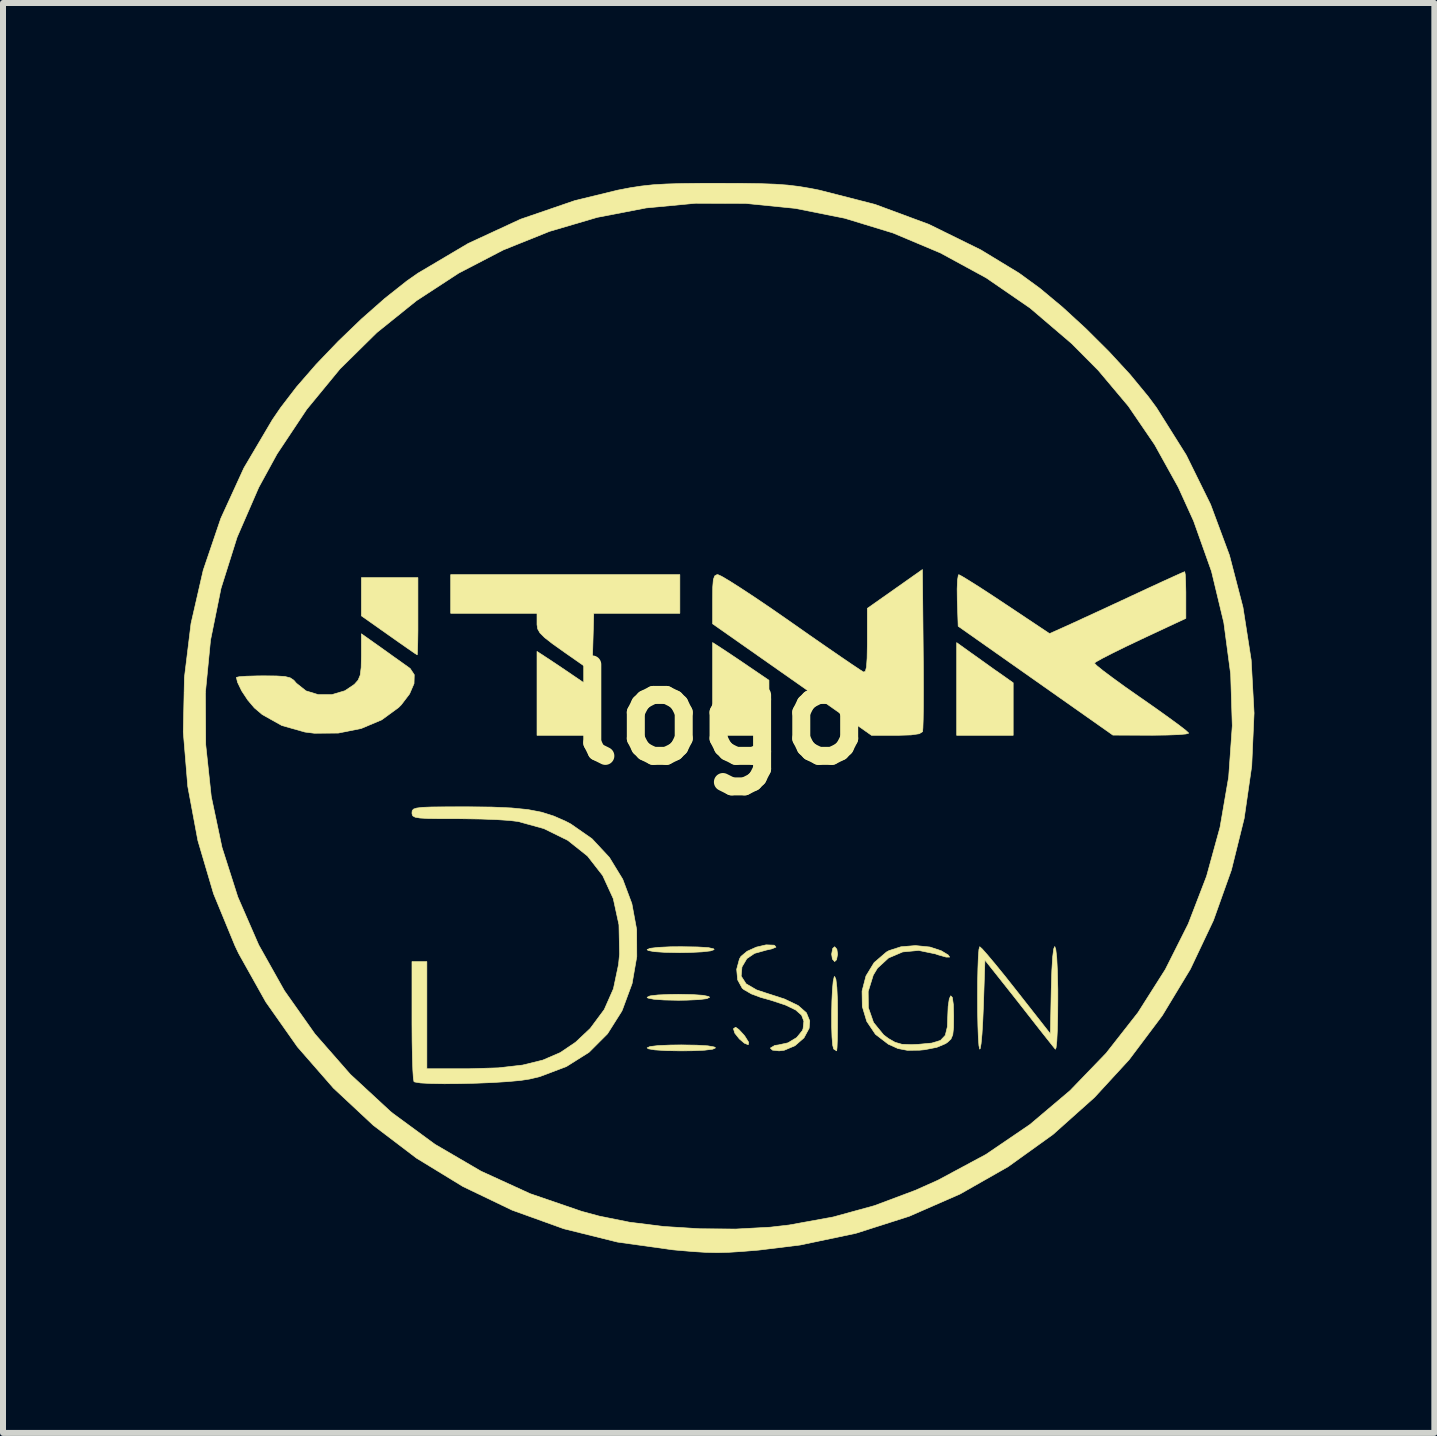
<source format=kicad_pcb>
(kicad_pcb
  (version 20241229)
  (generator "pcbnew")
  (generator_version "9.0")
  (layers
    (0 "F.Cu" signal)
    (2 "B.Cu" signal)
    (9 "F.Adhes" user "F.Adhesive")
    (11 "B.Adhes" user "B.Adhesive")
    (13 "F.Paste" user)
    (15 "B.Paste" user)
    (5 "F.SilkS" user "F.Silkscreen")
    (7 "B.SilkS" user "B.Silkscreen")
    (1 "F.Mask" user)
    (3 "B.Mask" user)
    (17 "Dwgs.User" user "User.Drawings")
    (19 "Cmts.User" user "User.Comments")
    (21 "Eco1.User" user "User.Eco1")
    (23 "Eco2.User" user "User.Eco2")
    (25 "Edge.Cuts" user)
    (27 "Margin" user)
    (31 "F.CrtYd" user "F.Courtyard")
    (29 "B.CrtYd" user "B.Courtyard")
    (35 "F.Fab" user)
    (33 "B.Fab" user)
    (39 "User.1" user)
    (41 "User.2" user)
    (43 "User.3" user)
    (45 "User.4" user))
  (footprint "logo"
    (layer "F.Cu")
    (at 8.927 8.86)
    (property "Reference" "logo" (at 0 0 0) (layer "F.SilkS") (effects (font (size 1.524 1.524) (thickness 0.3))))
    (attr through_hole)
    (fp_poly (pts (xy 1.972 3.912) (xy 1.984 3.994) (xy 1.967 4.087) (xy 1.935 4.118) (xy 1.897 4.075) (xy 1.885 3.994) (xy 1.902 3.9) (xy 1.935 3.87) (xy 1.972 3.912)) (stroke (width 0.01) (type solid)) (fill yes) (layer "F.SilkS"))
    (fp_poly (pts (xy 4.204 -1.03) (xy 4.391 -0.897) (xy 4.592 -0.753) (xy 4.676 -0.695) (xy 4.911 -0.529) (xy 4.911 0.347) (xy 3.969 0.347) (xy 3.969 -1.199) (xy 4.204 -1.03)) (stroke (width 0.01) (type solid)) (fill yes) (layer "F.SilkS"))
    (fp_poly (pts (xy -2.885 -0.96) (xy -2.774 -0.887) (xy -2.614 -0.78) (xy -2.437 -0.66) (xy -2.415 -0.645) (xy -2.087 -0.422) (xy -2.084 0.347) (xy -3.026 0.347) (xy -3.026 -1.052) (xy -2.885 -0.96)) (stroke (width 0.01) (type solid)) (fill yes) (layer "F.SilkS"))
    (fp_poly (pts (xy 0.042 -1.109) (xy 0.153 -1.036) (xy 0.313 -0.929) (xy 0.49 -0.809) (xy 0.512 -0.794) (xy 0.84 -0.571) (xy 0.843 0.347) (xy -0.099 0.347) (xy -0.099 -1.2) (xy 0.042 -1.109)) (stroke (width 0.01) (type solid)) (fill yes) (layer "F.SilkS"))
    (fp_poly (pts (xy 0.337 5.249) (xy 0.419 5.337) (xy 0.438 5.361) (xy 0.502 5.463) (xy 0.495 5.504) (xy 0.43 5.478) (xy 0.347 5.407) (xy 0.271 5.311) (xy 0.248 5.237) (xy 0.285 5.212) (xy 0.337 5.249)) (stroke (width 0.01) (type solid)) (fill yes) (layer "F.SilkS"))
    (fp_poly (pts (xy -5.011 -1.637) (xy -5.011 -1.397) (xy -5.014 -1.199) (xy -5.018 -1.059) (xy -5.022 -0.996) (xy -5.023 -0.995) (xy -5.066 -1.022) (xy -5.173 -1.096) (xy -5.328 -1.204) (xy -5.494 -1.321) (xy -5.953 -1.645) (xy -5.953 -2.282) (xy -5.011 -2.282) (xy -5.011 -1.637)) (stroke (width 0.01) (type solid)) (fill yes) (layer "F.SilkS"))
    (fp_poly (pts (xy -0.645 -1.687) (xy -2.08 -1.687) (xy -2.094 -1.201) (xy -2.108 -0.716) (xy -2.567 -1.037) (xy -2.768 -1.18) (xy -2.9 -1.283) (xy -2.977 -1.36) (xy -3.015 -1.427) (xy -3.026 -1.499) (xy -3.026 -1.523) (xy -3.026 -1.687) (xy -4.465 -1.687) (xy -4.465 -2.332) (xy -0.645 -2.332) (xy -0.645 -1.687)) (stroke (width 0.01) (type solid)) (fill yes) (layer "F.SilkS"))
    (fp_poly (pts (xy -0.431 4.668) (xy -0.258 4.68) (xy -0.163 4.7) (xy -0.149 4.713) (xy -0.196 4.736) (xy -0.329 4.752) (xy -0.534 4.761) (xy -0.67 4.763) (xy -0.908 4.758) (xy -1.082 4.745) (xy -1.177 4.726) (xy -1.191 4.713) (xy -1.143 4.69) (xy -1.01 4.674) (xy -0.805 4.665) (xy -0.67 4.663) (xy -0.431 4.668)) (stroke (width 0.01) (type solid)) (fill yes) (layer "F.SilkS"))
    (fp_poly (pts (xy -0.366 5.511) (xy -0.179 5.522) (xy -0.072 5.541) (xy -0.05 5.556) (xy -0.097 5.578) (xy -0.232 5.595) (xy -0.442 5.604) (xy -0.62 5.606) (xy -0.874 5.602) (xy -1.061 5.59) (xy -1.169 5.572) (xy -1.191 5.556) (xy -1.143 5.534) (xy -1.008 5.518) (xy -0.799 5.509) (xy -0.62 5.507) (xy -0.366 5.511)) (stroke (width 0.01) (type solid)) (fill yes) (layer "F.SilkS"))
    (fp_poly (pts (xy -0.35 3.874) (xy -0.17 3.885) (xy -0.082 3.905) (xy -0.074 3.919) (xy -0.135 3.94) (xy -0.275 3.956) (xy -0.475 3.966) (xy -0.648 3.969) (xy -0.893 3.964) (xy -1.073 3.952) (xy -1.173 3.933) (xy -1.191 3.919) (xy -1.143 3.897) (xy -1.008 3.881) (xy -0.798 3.871) (xy -0.617 3.87) (xy -0.35 3.874)) (stroke (width 0.01) (type solid)) (fill yes) (layer "F.SilkS"))
    (fp_poly (pts (xy 1.956 4.413) (xy 1.972 4.549) (xy 1.982 4.763) (xy 1.984 4.986) (xy 1.983 5.221) (xy 1.98 5.415) (xy 1.975 5.549) (xy 1.969 5.605) (xy 1.968 5.606) (xy 1.923 5.578) (xy 1.918 5.573) (xy 1.902 5.51) (xy 1.891 5.376) (xy 1.885 5.193) (xy 1.885 4.986) (xy 1.889 4.777) (xy 1.898 4.589) (xy 1.911 4.447) (xy 1.928 4.372) (xy 1.935 4.366) (xy 1.956 4.413)) (stroke (width 0.01) (type solid)) (fill yes) (layer "F.SilkS"))
    (fp_poly (pts (xy -5.593 -1.091) (xy -5.42 -0.967) (xy -5.268 -0.859) (xy -5.163 -0.784) (xy -5.141 -0.768) (xy -5.072 -0.664) (xy -5.076 -0.516) (xy -5.15 -0.344) (xy -5.287 -0.164) (xy -5.333 -0.117) (xy -5.615 0.089) (xy -5.957 0.233) (xy -6.338 0.309) (xy -6.737 0.312) (xy -6.895 0.292) (xy -7.28 0.183) (xy -7.605 0.001) (xy -7.737 -0.111) (xy -7.848 -0.242) (xy -7.949 -0.395) (xy -8.018 -0.538) (xy -8.037 -0.619) (xy -7.991 -0.63) (xy -7.868 -0.639) (xy -7.689 -0.644) (xy -7.585 -0.645) (xy -7.369 -0.643) (xy -7.228 -0.634) (xy -7.14 -0.612) (xy -7.08 -0.572) (xy -7.037 -0.522) (xy -6.878 -0.395) (xy -6.672 -0.332) (xy -6.445 -0.332) (xy -6.227 -0.397) (xy -6.07 -0.503) (xy -6.008 -0.573) (xy -5.973 -0.657) (xy -5.957 -0.785) (xy -5.953 -0.979) (xy -5.953 -1.346) (xy -5.593 -1.091)) (stroke (width 0.01) (type solid)) (fill yes) (layer "F.SilkS"))
    (fp_poly (pts (xy 3.411 -1.097) (xy 3.414 -0.743) (xy 3.415 -0.42) (xy 3.414 -0.142) (xy 3.411 0.077) (xy 3.406 0.224) (xy 3.401 0.285) (xy 3.346 0.32) (xy 3.209 0.34) (xy 2.982 0.347) (xy 2.963 0.347) (xy 2.55 0.347) (xy 1.225 -0.583) (xy -0.099 -1.512) (xy -0.099 -1.922) (xy -0.097 -2.125) (xy -0.087 -2.248) (xy -0.065 -2.31) (xy -0.028 -2.331) (xy -0.011 -2.332) (xy 0.051 -2.304) (xy 0.183 -2.226) (xy 0.373 -2.105) (xy 0.61 -1.949) (xy 0.883 -1.764) (xy 1.18 -1.558) (xy 1.217 -1.532) (xy 1.515 -1.323) (xy 1.789 -1.133) (xy 2.027 -0.969) (xy 2.218 -0.839) (xy 2.351 -0.75) (xy 2.416 -0.709) (xy 2.418 -0.708) (xy 2.447 -0.721) (xy 2.466 -0.794) (xy 2.476 -0.94) (xy 2.48 -1.17) (xy 2.48 -1.227) (xy 2.48 -1.77) (xy 2.939 -2.093) (xy 3.398 -2.417) (xy 3.411 -1.097)) (stroke (width 0.01) (type solid)) (fill yes) (layer "F.SilkS"))
    (fp_poly (pts (xy 0.923 3.844) (xy 0.935 3.849) (xy 0.957 3.877) (xy 0.887 3.906) (xy 0.801 3.925) (xy 0.6 3.981) (xy 0.472 4.068) (xy 0.392 4.204) (xy 0.39 4.209) (xy 0.377 4.36) (xy 0.459 4.488) (xy 0.636 4.591) (xy 0.782 4.639) (xy 1.1 4.742) (xy 1.326 4.85) (xy 1.464 4.971) (xy 1.52 5.107) (xy 1.51 5.229) (xy 1.424 5.389) (xy 1.274 5.52) (xy 1.094 5.596) (xy 1.01 5.606) (xy 0.899 5.594) (xy 0.865 5.562) (xy 0.868 5.556) (xy 0.938 5.515) (xy 0.998 5.507) (xy 1.157 5.472) (xy 1.303 5.384) (xy 1.397 5.268) (xy 1.409 5.235) (xy 1.422 5.112) (xy 1.384 5.011) (xy 1.285 4.924) (xy 1.115 4.842) (xy 0.862 4.759) (xy 0.704 4.715) (xy 0.548 4.657) (xy 0.42 4.583) (xy 0.394 4.561) (xy 0.318 4.422) (xy 0.302 4.246) (xy 0.348 4.075) (xy 0.374 4.031) (xy 0.476 3.946) (xy 0.629 3.877) (xy 0.792 3.839) (xy 0.923 3.844)) (stroke (width 0.01) (type solid)) (fill yes) (layer "F.SilkS"))
    (fp_poly (pts (xy 5.621 3.914) (xy 5.637 4.051) (xy 5.648 4.273) (xy 5.655 4.58) (xy 5.655 4.748) (xy 5.653 5.026) (xy 5.647 5.263) (xy 5.638 5.444) (xy 5.626 5.553) (xy 5.614 5.579) (xy 5.566 5.52) (xy 5.474 5.404) (xy 5.353 5.251) (xy 5.291 5.172) (xy 5.118 4.951) (xy 4.923 4.702) (xy 4.744 4.476) (xy 4.725 4.452) (xy 4.44 4.093) (xy 4.415 4.854) (xy 4.404 5.112) (xy 4.391 5.328) (xy 4.376 5.486) (xy 4.361 5.569) (xy 4.353 5.577) (xy 4.34 5.518) (xy 4.33 5.381) (xy 4.323 5.188) (xy 4.318 4.956) (xy 4.317 4.707) (xy 4.318 4.459) (xy 4.323 4.232) (xy 4.33 4.045) (xy 4.34 3.917) (xy 4.353 3.87) (xy 4.354 3.87) (xy 4.395 3.907) (xy 4.486 4.01) (xy 4.618 4.168) (xy 4.78 4.367) (xy 4.961 4.596) (xy 5.531 5.322) (xy 5.545 4.596) (xy 5.555 4.27) (xy 5.569 4.041) (xy 5.586 3.907) (xy 5.604 3.866) (xy 5.621 3.914)) (stroke (width 0.01) (type solid)) (fill yes) (layer "F.SilkS"))
    (fp_poly (pts (xy 3.523 3.875) (xy 3.713 3.938) (xy 3.827 4.007) (xy 3.852 4.043) (xy 3.793 4.043) (xy 3.655 4.004) (xy 3.617 3.99) (xy 3.336 3.932) (xy 3.069 3.957) (xy 2.834 4.057) (xy 2.649 4.227) (xy 2.579 4.343) (xy 2.494 4.617) (xy 2.497 4.886) (xy 2.583 5.133) (xy 2.75 5.338) (xy 2.828 5.398) (xy 2.941 5.463) (xy 3.056 5.496) (xy 3.211 5.502) (xy 3.33 5.497) (xy 3.555 5.476) (xy 3.699 5.432) (xy 3.779 5.347) (xy 3.814 5.204) (xy 3.82 5.032) (xy 3.827 4.865) (xy 3.846 4.739) (xy 3.87 4.688) (xy 3.897 4.716) (xy 3.914 4.836) (xy 3.919 5.027) (xy 3.917 5.218) (xy 3.904 5.337) (xy 3.873 5.41) (xy 3.815 5.464) (xy 3.783 5.486) (xy 3.638 5.547) (xy 3.435 5.587) (xy 3.349 5.595) (xy 3.146 5.597) (xy 2.99 5.567) (xy 2.83 5.495) (xy 2.615 5.33) (xy 2.47 5.114) (xy 2.396 4.867) (xy 2.392 4.609) (xy 2.457 4.358) (xy 2.593 4.135) (xy 2.798 3.959) (xy 2.843 3.934) (xy 3.04 3.871) (xy 3.282 3.851) (xy 3.523 3.875)) (stroke (width 0.01) (type solid)) (fill yes) (layer "F.SilkS"))
    (fp_poly (pts (xy 7.779 -2.336) (xy 7.785 -2.214) (xy 7.789 -2.042) (xy 7.789 -1.992) (xy 7.789 -1.603) (xy 7.032 -1.249) (xy 6.782 -1.13) (xy 6.565 -1.023) (xy 6.397 -0.937) (xy 6.292 -0.878) (xy 6.265 -0.857) (xy 6.301 -0.818) (xy 6.406 -0.733) (xy 6.569 -0.611) (xy 6.777 -0.46) (xy 7.018 -0.291) (xy 7.045 -0.273) (xy 7.289 -0.102) (xy 7.503 0.051) (xy 7.674 0.176) (xy 7.789 0.265) (xy 7.836 0.309) (xy 7.837 0.31) (xy 7.791 0.324) (xy 7.664 0.335) (xy 7.476 0.342) (xy 7.243 0.345) (xy 7.206 0.345) (xy 6.573 0.343) (xy 5.283 -0.565) (xy 3.994 -1.472) (xy 3.979 -1.902) (xy 3.977 -2.094) (xy 3.983 -2.242) (xy 3.997 -2.323) (xy 4.004 -2.332) (xy 4.056 -2.305) (xy 4.176 -2.232) (xy 4.351 -2.122) (xy 4.566 -1.982) (xy 4.78 -1.84) (xy 5.517 -1.349) (xy 5.772 -1.463) (xy 5.9 -1.521) (xy 6.097 -1.612) (xy 6.345 -1.726) (xy 6.623 -1.855) (xy 6.889 -1.979) (xy 7.158 -2.104) (xy 7.394 -2.213) (xy 7.585 -2.3) (xy 7.714 -2.358) (xy 7.769 -2.381) (xy 7.77 -2.381) (xy 7.779 -2.336)) (stroke (width 0.01) (type solid)) (fill yes) (layer "F.SilkS"))
    (fp_poly (pts (xy -3.786 1.542) (xy -3.451 1.557) (xy -3.178 1.584) (xy -2.949 1.628) (xy -2.747 1.692) (xy -2.553 1.777) (xy -2.462 1.825) (xy -2.11 2.07) (xy -1.82 2.381) (xy -1.597 2.746) (xy -1.445 3.152) (xy -1.365 3.585) (xy -1.363 4.034) (xy -1.441 4.484) (xy -1.603 4.923) (xy -1.613 4.945) (xy -1.851 5.322) (xy -2.159 5.63) (xy -2.537 5.868) (xy -2.982 6.036) (xy -3.151 6.076) (xy -3.301 6.099) (xy -3.511 6.118) (xy -3.762 6.134) (xy -4.035 6.145) (xy -4.311 6.152) (xy -4.571 6.154) (xy -4.796 6.15) (xy -4.966 6.141) (xy -5.064 6.125) (xy -5.077 6.118) (xy -5.087 6.061) (xy -5.096 5.92) (xy -5.103 5.71) (xy -5.108 5.449) (xy -5.11 5.15) (xy -5.11 5.101) (xy -5.11 4.118) (xy -4.862 4.118) (xy -4.862 5.904) (xy -4.153 5.904) (xy -3.67 5.889) (xy -3.267 5.843) (xy -2.929 5.76) (xy -2.639 5.635) (xy -2.383 5.462) (xy -2.144 5.237) (xy -2.132 5.223) (xy -1.905 4.917) (xy -1.752 4.57) (xy -1.667 4.166) (xy -1.65 3.992) (xy -1.66 3.505) (xy -1.755 3.068) (xy -1.931 2.684) (xy -2.184 2.359) (xy -2.513 2.097) (xy -2.912 1.901) (xy -3.341 1.783) (xy -3.479 1.766) (xy -3.69 1.752) (xy -3.951 1.742) (xy -4.235 1.737) (xy -4.348 1.736) (xy -4.638 1.736) (xy -4.843 1.733) (xy -4.978 1.725) (xy -5.058 1.711) (xy -5.097 1.689) (xy -5.109 1.657) (xy -5.11 1.637) (xy -5.106 1.602) (xy -5.084 1.576) (xy -5.032 1.559) (xy -4.936 1.547) (xy -4.783 1.541) (xy -4.558 1.539) (xy -4.25 1.538) (xy -4.202 1.538) (xy -3.786 1.542)) (stroke (width 0.01) (type solid)) (fill yes) (layer "F.SilkS"))
    (fp_poly (pts (xy 0.386 -8.854) (xy 0.694 -8.849) (xy 0.942 -8.84) (xy 1.15 -8.825) (xy 1.34 -8.802) (xy 1.531 -8.77) (xy 1.678 -8.741) (xy 2.608 -8.503) (xy 3.507 -8.17) (xy 4.371 -7.745) (xy 5.011 -7.356) (xy 5.355 -7.105) (xy 5.733 -6.79) (xy 6.123 -6.432) (xy 6.505 -6.052) (xy 6.858 -5.669) (xy 7.16 -5.303) (xy 7.3 -5.114) (xy 7.796 -4.324) (xy 8.201 -3.502) (xy 8.516 -2.654) (xy 8.741 -1.788) (xy 8.878 -0.909) (xy 8.926 -0.025) (xy 8.887 0.857) (xy 8.761 1.732) (xy 8.548 2.592) (xy 8.249 3.431) (xy 7.865 4.242) (xy 7.396 5.018) (xy 6.844 5.753) (xy 6.266 6.382) (xy 5.575 6.999) (xy 4.826 7.537) (xy 4.026 7.992) (xy 3.178 8.363) (xy 2.289 8.647) (xy 1.362 8.842) (xy 0.67 8.927) (xy 0.388 8.95) (xy 0.169 8.964) (xy -0.019 8.969) (xy -0.208 8.965) (xy -0.428 8.951) (xy -0.71 8.927) (xy -0.763 8.922) (xy -1.686 8.793) (xy -2.58 8.571) (xy -3.441 8.261) (xy -4.261 7.867) (xy -5.035 7.394) (xy -5.756 6.846) (xy -6.42 6.226) (xy -7.019 5.54) (xy -7.547 4.79) (xy -7.999 3.983) (xy -8.06 3.855) (xy -8.417 2.988) (xy -8.679 2.1) (xy -8.847 1.199) (xy -8.922 0.291) (xy -8.908 -0.369) (xy -8.553 -0.369) (xy -8.548 0.502) (xy -8.456 1.365) (xy -8.277 2.214) (xy -8.013 3.041) (xy -7.665 3.84) (xy -7.236 4.604) (xy -6.727 5.325) (xy -6.138 5.997) (xy -5.472 6.613) (xy -5.432 6.646) (xy -4.728 7.163) (xy -3.959 7.612) (xy -3.139 7.987) (xy -2.282 8.281) (xy -1.99 8.36) (xy -1.484 8.462) (xy -0.915 8.533) (xy -0.314 8.571) (xy 0.289 8.576) (xy 0.861 8.545) (xy 1.179 8.508) (xy 1.91 8.375) (xy 2.598 8.186) (xy 3.281 7.93) (xy 3.657 7.762) (xy 4.456 7.333) (xy 5.191 6.833) (xy 5.859 6.268) (xy 6.46 5.645) (xy 6.99 4.969) (xy 7.447 4.249) (xy 7.829 3.489) (xy 8.134 2.696) (xy 8.359 1.878) (xy 8.503 1.039) (xy 8.563 0.187) (xy 8.536 -0.672) (xy 8.422 -1.532) (xy 8.217 -2.386) (xy 7.918 -3.227) (xy 7.664 -3.786) (xy 7.269 -4.498) (xy 6.831 -5.14) (xy 6.329 -5.737) (xy 5.885 -6.184) (xy 5.193 -6.775) (xy 4.462 -7.278) (xy 3.698 -7.694) (xy 2.909 -8.026) (xy 2.1 -8.273) (xy 1.277 -8.437) (xy 0.448 -8.52) (xy -0.383 -8.522) (xy -1.208 -8.444) (xy -2.022 -8.287) (xy -2.818 -8.053) (xy -3.589 -7.743) (xy -4.33 -7.358) (xy -5.035 -6.898) (xy -5.696 -6.366) (xy -6.309 -5.762) (xy -6.865 -5.086) (xy -7.36 -4.342) (xy -7.664 -3.786) (xy -8.025 -2.955) (xy -8.293 -2.104) (xy -8.468 -1.24) (xy -8.553 -0.369) (xy -8.908 -0.369) (xy -8.903 -0.617) (xy -8.793 -1.518) (xy -8.59 -2.404) (xy -8.296 -3.27) (xy -7.912 -4.109) (xy -7.438 -4.912) (xy -7.3 -5.114) (xy -7.034 -5.461) (xy -6.707 -5.837) (xy -6.339 -6.221) (xy -5.951 -6.594) (xy -5.564 -6.935) (xy -5.198 -7.225) (xy -5.011 -7.356) (xy -4.173 -7.852) (xy -3.3 -8.256) (xy -2.394 -8.567) (xy -1.678 -8.741) (xy -1.475 -8.78) (xy -1.286 -8.809) (xy -1.093 -8.83) (xy -0.875 -8.843) (xy -0.612 -8.851) (xy -0.284 -8.855) (xy 0 -8.855) (xy 0.386 -8.854)) (stroke (width 0.01) (type solid)) (fill yes) (layer "F.SilkS")))
  (gr_rect
    (start -3 -3)
    (end 20.858 20.834)
    (stroke (width 0.1) (type default))
    (fill no)
    (layer "Edge.Cuts")))
</source>
